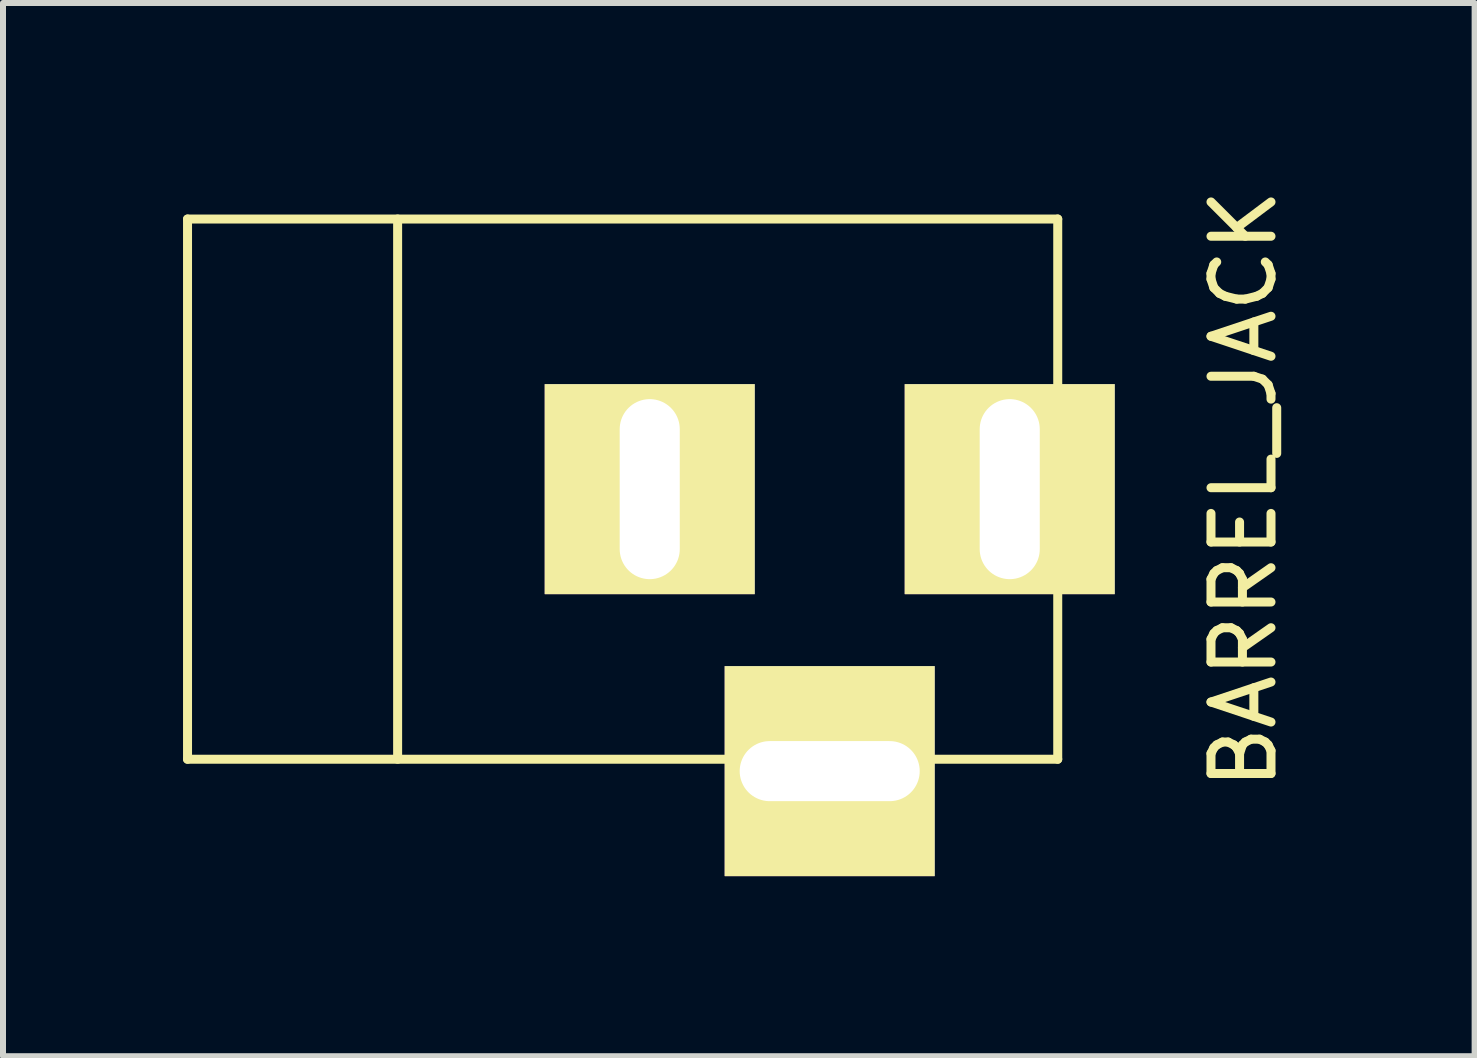
<source format=kicad_pcb>
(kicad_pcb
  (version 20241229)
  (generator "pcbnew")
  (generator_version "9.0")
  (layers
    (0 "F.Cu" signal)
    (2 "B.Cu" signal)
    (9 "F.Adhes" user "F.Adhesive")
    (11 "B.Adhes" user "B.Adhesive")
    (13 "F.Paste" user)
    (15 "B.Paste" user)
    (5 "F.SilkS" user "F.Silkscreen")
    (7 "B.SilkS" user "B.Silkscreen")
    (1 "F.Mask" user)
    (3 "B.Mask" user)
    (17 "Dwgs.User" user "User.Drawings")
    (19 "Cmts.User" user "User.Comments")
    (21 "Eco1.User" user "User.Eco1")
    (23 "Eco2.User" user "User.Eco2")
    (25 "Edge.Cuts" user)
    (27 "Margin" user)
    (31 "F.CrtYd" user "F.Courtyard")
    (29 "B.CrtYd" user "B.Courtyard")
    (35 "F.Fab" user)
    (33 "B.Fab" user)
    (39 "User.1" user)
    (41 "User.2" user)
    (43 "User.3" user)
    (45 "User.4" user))
  (footprint "BARREL_JACK"
    (layer "F.Cu")
    (at 7.576 5.101)
    (property "Reference" "BARREL_JACK" (at 10.099 0 90) (layer "F.SilkS") (effects (font (size 1 1) (thickness 0.15))))
    (attr through_hole)
    (fp_line (start -7.501 -4.501) (end -7.501 4.501) (stroke (width 0.15) (type solid)) (layer "F.SilkS"))
    (fp_line (start -7.501 4.501) (end 7 4.501) (stroke (width 0.15) (type solid)) (layer "F.SilkS"))
    (fp_line (start -4 -4.501) (end -4 4.501) (stroke (width 0.15) (type solid)) (layer "F.SilkS"))
    (fp_line (start 7 -4.501) (end -7.501 -4.501) (stroke (width 0.15) (type solid)) (layer "F.SilkS"))
    (fp_line (start 7 4.501) (end 7 -4.501) (stroke (width 0.15) (type solid)) (layer "F.SilkS"))
    (pad "1" thru_hole rect (at 6.2 0) (size 3.5 3.5) (drill oval 1.001 3) (layers "*.Cu" "*.Mask" "F.SilkS"))
    (pad "2" thru_hole rect (at 0.201 0) (size 3.5 3.5) (drill oval 1.001 3) (layers "*.Cu" "*.Mask" "F.SilkS"))
    (pad "3" thru_hole rect (at 3.2 4.699) (size 3.5 3.5) (drill oval 3 1.001) (layers "*.Cu" "*.Mask" "F.SilkS")))
  (gr_rect
    (start -3 -3)
    (end 21.523 14.55)
    (stroke (width 0.1) (type default))
    (fill no)
    (layer "Edge.Cuts")))
</source>
